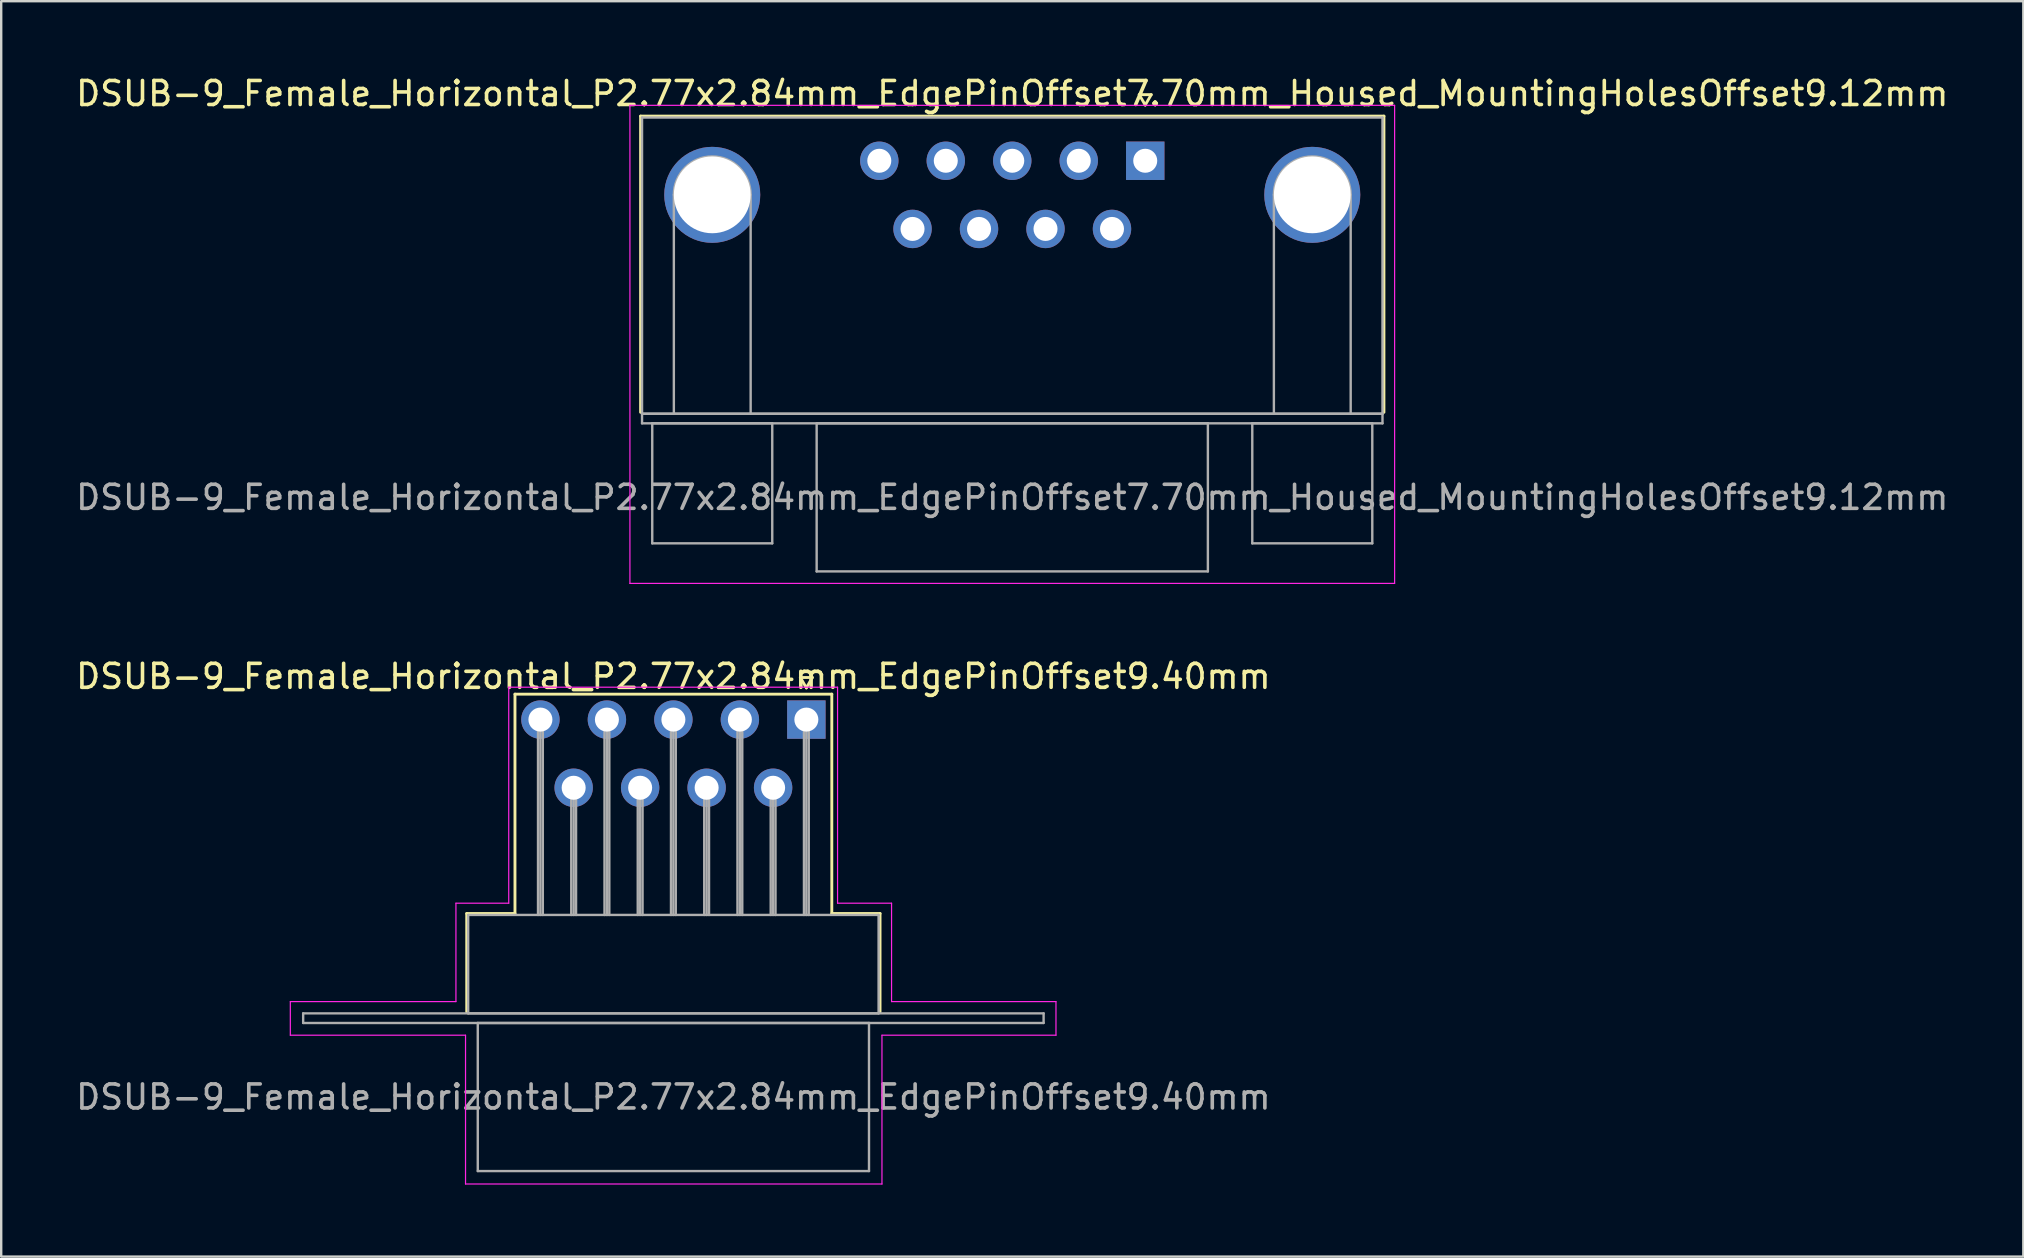
<source format=kicad_pcb>
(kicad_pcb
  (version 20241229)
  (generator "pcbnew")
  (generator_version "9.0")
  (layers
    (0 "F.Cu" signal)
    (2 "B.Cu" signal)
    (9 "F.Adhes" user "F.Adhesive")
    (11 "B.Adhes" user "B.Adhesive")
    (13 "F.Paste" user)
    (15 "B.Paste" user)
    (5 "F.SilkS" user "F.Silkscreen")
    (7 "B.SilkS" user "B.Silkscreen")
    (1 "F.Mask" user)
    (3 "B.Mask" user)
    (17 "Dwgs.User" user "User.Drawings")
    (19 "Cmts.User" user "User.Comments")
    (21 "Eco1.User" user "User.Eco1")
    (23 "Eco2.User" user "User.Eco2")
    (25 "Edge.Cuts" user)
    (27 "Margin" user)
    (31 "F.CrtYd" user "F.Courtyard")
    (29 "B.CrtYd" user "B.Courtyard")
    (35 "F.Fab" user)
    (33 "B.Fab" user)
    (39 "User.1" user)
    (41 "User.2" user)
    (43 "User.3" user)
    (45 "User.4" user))
  (footprint "DSUB-9_Female_Horizontal_P2.77x2.84mm_EdgePinOffset7.70mm_Housed_MountingHolesOffset9.12mm"
    (layer "F.Cu")
    (at 44.665 3.648)
    (property "Reference" "DSUB-9_Female_Horizontal_P2.77x2.84mm_EdgePinOffset7.70mm_Housed_MountingHolesOffset9.12mm" (at -5.54 -2.8 0) (layer "F.SilkS") (effects (font (size 1 1) (thickness 0.15))))
    (attr through_hole)
    (fp_line (start -21.025 -1.86) (end 9.945 -1.86) (stroke (width 0.12) (type solid)) (layer "F.SilkS"))
    (fp_line (start -21.025 10.48) (end -21.025 -1.86) (stroke (width 0.12) (type solid)) (layer "F.SilkS"))
    (fp_line (start -0.25 -2.754) (end 0.25 -2.754) (stroke (width 0.12) (type solid)) (layer "F.SilkS"))
    (fp_line (start 0 -2.321) (end -0.25 -2.754) (stroke (width 0.12) (type solid)) (layer "F.SilkS"))
    (fp_line (start 0.25 -2.754) (end 0 -2.321) (stroke (width 0.12) (type solid)) (layer "F.SilkS"))
    (fp_line (start 9.945 -1.86) (end 9.945 10.48) (stroke (width 0.12) (type solid)) (layer "F.SilkS"))
    (fp_line (start -21.47 -2.31) (end -21.47 17.61) (stroke (width 0.05) (type solid)) (layer "F.CrtYd"))
    (fp_line (start -21.47 17.61) (end 10.39 17.61) (stroke (width 0.05) (type solid)) (layer "F.CrtYd"))
    (fp_line (start 10.39 -2.31) (end -21.47 -2.31) (stroke (width 0.05) (type solid)) (layer "F.CrtYd"))
    (fp_line (start 10.39 17.61) (end 10.39 -2.31) (stroke (width 0.05) (type solid)) (layer "F.CrtYd"))
    (fp_line (start -20.965 -1.8) (end -20.965 10.54) (stroke (width 0.1) (type solid)) (layer "F.Fab"))
    (fp_line (start -20.965 10.54) (end -20.965 10.94) (stroke (width 0.1) (type solid)) (layer "F.Fab"))
    (fp_line (start -20.965 10.54) (end 9.885 10.54) (stroke (width 0.1) (type solid)) (layer "F.Fab"))
    (fp_line (start -20.965 10.94) (end 9.885 10.94) (stroke (width 0.1) (type solid)) (layer "F.Fab"))
    (fp_line (start -20.54 10.94) (end -20.54 15.94) (stroke (width 0.1) (type solid)) (layer "F.Fab"))
    (fp_line (start -20.54 15.94) (end -15.54 15.94) (stroke (width 0.1) (type solid)) (layer "F.Fab"))
    (fp_line (start -19.64 10.54) (end -19.64 1.42) (stroke (width 0.1) (type solid)) (layer "F.Fab"))
    (fp_line (start -16.44 10.54) (end -16.44 1.42) (stroke (width 0.1) (type solid)) (layer "F.Fab"))
    (fp_line (start -15.54 10.94) (end -20.54 10.94) (stroke (width 0.1) (type solid)) (layer "F.Fab"))
    (fp_line (start -15.54 15.94) (end -15.54 10.94) (stroke (width 0.1) (type solid)) (layer "F.Fab"))
    (fp_line (start -13.69 10.94) (end -13.69 17.11) (stroke (width 0.1) (type solid)) (layer "F.Fab"))
    (fp_line (start -13.69 17.11) (end 2.61 17.11) (stroke (width 0.1) (type solid)) (layer "F.Fab"))
    (fp_line (start 2.61 10.94) (end -13.69 10.94) (stroke (width 0.1) (type solid)) (layer "F.Fab"))
    (fp_line (start 2.61 17.11) (end 2.61 10.94) (stroke (width 0.1) (type solid)) (layer "F.Fab"))
    (fp_line (start 4.46 10.94) (end 4.46 15.94) (stroke (width 0.1) (type solid)) (layer "F.Fab"))
    (fp_line (start 4.46 15.94) (end 9.46 15.94) (stroke (width 0.1) (type solid)) (layer "F.Fab"))
    (fp_line (start 5.36 10.54) (end 5.36 1.42) (stroke (width 0.1) (type solid)) (layer "F.Fab"))
    (fp_line (start 8.56 10.54) (end 8.56 1.42) (stroke (width 0.1) (type solid)) (layer "F.Fab"))
    (fp_line (start 9.46 10.94) (end 4.46 10.94) (stroke (width 0.1) (type solid)) (layer "F.Fab"))
    (fp_line (start 9.46 15.94) (end 9.46 10.94) (stroke (width 0.1) (type solid)) (layer "F.Fab"))
    (fp_line (start 9.885 -1.8) (end -20.965 -1.8) (stroke (width 0.1) (type solid)) (layer "F.Fab"))
    (fp_line (start 9.885 10.54) (end -20.965 10.54) (stroke (width 0.1) (type solid)) (layer "F.Fab"))
    (fp_line (start 9.885 10.54) (end 9.885 -1.8) (stroke (width 0.1) (type solid)) (layer "F.Fab"))
    (fp_line (start 9.885 10.94) (end 9.885 10.54) (stroke (width 0.1) (type solid)) (layer "F.Fab"))
    (fp_arc (start -19.64 1.42) (mid -18.04 -0.18) (end -16.44 1.42) (stroke (width 0.1) (type solid)) (layer "F.Fab"))
    (fp_arc (start 5.36 1.42) (mid 6.96 -0.18) (end 8.56 1.42) (stroke (width 0.1) (type solid)) (layer "F.Fab"))
    (fp_text user "${REFERENCE}" (at -5.54 14.025 0) (layer "F.Fab") (effects (font (size 1 1) (thickness 0.15))))
    (pad "0" thru_hole circle (at -18.04 1.42) (size 4 4) (drill 3.2) (layers "*.Cu" "*.Mask"))
    (pad "0" thru_hole circle (at 6.96 1.42) (size 4 4) (drill 3.2) (layers "*.Cu" "*.Mask"))
    (pad "1" thru_hole rect (at 0 0) (size 1.6 1.6) (drill 1) (layers "*.Cu" "*.Mask"))
    (pad "2" thru_hole circle (at -2.77 0) (size 1.6 1.6) (drill 1) (layers "*.Cu" "*.Mask"))
    (pad "3" thru_hole circle (at -5.54 0) (size 1.6 1.6) (drill 1) (layers "*.Cu" "*.Mask"))
    (pad "4" thru_hole circle (at -8.31 0) (size 1.6 1.6) (drill 1) (layers "*.Cu" "*.Mask"))
    (pad "5" thru_hole circle (at -11.08 0) (size 1.6 1.6) (drill 1) (layers "*.Cu" "*.Mask"))
    (pad "6" thru_hole circle (at -1.385 2.84) (size 1.6 1.6) (drill 1) (layers "*.Cu" "*.Mask"))
    (pad "7" thru_hole circle (at -4.155 2.84) (size 1.6 1.6) (drill 1) (layers "*.Cu" "*.Mask"))
    (pad "8" thru_hole circle (at -6.925 2.84) (size 1.6 1.6) (drill 1) (layers "*.Cu" "*.Mask"))
    (pad "9" thru_hole circle (at -9.695 2.84) (size 1.6 1.6) (drill 1) (layers "*.Cu" "*.Mask")))
  (footprint "DSUB-9_Female_Horizontal_P2.77x2.84mm_EdgePinOffset9.40mm"
    (layer "F.Cu")
    (at 30.546 26.931)
    (property "Reference" "DSUB-9_Female_Horizontal_P2.77x2.84mm_EdgePinOffset9.40mm" (at -5.54 -1.8 0) (layer "F.SilkS") (effects (font (size 1 1) (thickness 0.15))))
    (attr through_hole)
    (fp_line (start -14.15 8.08) (end -12.14 8.08) (stroke (width 0.12) (type solid)) (layer "F.SilkS"))
    (fp_line (start -14.15 12.18) (end -14.15 8.08) (stroke (width 0.12) (type solid)) (layer "F.SilkS"))
    (fp_line (start -12.14 -1.06) (end 1.06 -1.06) (stroke (width 0.12) (type solid)) (layer "F.SilkS"))
    (fp_line (start -12.14 8.08) (end -12.14 -1.06) (stroke (width 0.12) (type solid)) (layer "F.SilkS"))
    (fp_line (start -0.25 -1.754) (end 0.25 -1.754) (stroke (width 0.12) (type solid)) (layer "F.SilkS"))
    (fp_line (start 0 -1.321) (end -0.25 -1.754) (stroke (width 0.12) (type solid)) (layer "F.SilkS"))
    (fp_line (start 0.25 -1.754) (end 0 -1.321) (stroke (width 0.12) (type solid)) (layer "F.SilkS"))
    (fp_line (start 1.06 -1.06) (end 1.06 8.08) (stroke (width 0.12) (type solid)) (layer "F.SilkS"))
    (fp_line (start 1.06 8.08) (end 3.07 8.08) (stroke (width 0.12) (type solid)) (layer "F.SilkS"))
    (fp_line (start 3.07 8.08) (end 3.07 12.18) (stroke (width 0.12) (type solid)) (layer "F.SilkS"))
    (fp_line (start -21.5 11.75) (end -14.6 11.75) (stroke (width 0.05) (type solid)) (layer "F.CrtYd"))
    (fp_line (start -21.5 13.15) (end -21.5 11.75) (stroke (width 0.05) (type solid)) (layer "F.CrtYd"))
    (fp_line (start -14.6 7.65) (end -12.4 7.65) (stroke (width 0.05) (type solid)) (layer "F.CrtYd"))
    (fp_line (start -14.6 11.75) (end -14.6 7.65) (stroke (width 0.05) (type solid)) (layer "F.CrtYd"))
    (fp_line (start -14.2 13.15) (end -21.5 13.15) (stroke (width 0.05) (type solid)) (layer "F.CrtYd"))
    (fp_line (start -14.2 19.35) (end -14.2 13.15) (stroke (width 0.05) (type solid)) (layer "F.CrtYd"))
    (fp_line (start -12.4 -1.35) (end 1.3 -1.35) (stroke (width 0.05) (type solid)) (layer "F.CrtYd"))
    (fp_line (start -12.4 7.65) (end -12.4 -1.35) (stroke (width 0.05) (type solid)) (layer "F.CrtYd"))
    (fp_line (start 1.3 -1.35) (end 1.3 7.65) (stroke (width 0.05) (type solid)) (layer "F.CrtYd"))
    (fp_line (start 1.3 7.65) (end 3.55 7.65) (stroke (width 0.05) (type solid)) (layer "F.CrtYd"))
    (fp_line (start 3.15 13.15) (end 3.15 19.35) (stroke (width 0.05) (type solid)) (layer "F.CrtYd"))
    (fp_line (start 3.15 19.35) (end -14.2 19.35) (stroke (width 0.05) (type solid)) (layer "F.CrtYd"))
    (fp_line (start 3.55 7.65) (end 3.55 11.75) (stroke (width 0.05) (type solid)) (layer "F.CrtYd"))
    (fp_line (start 3.55 11.75) (end 10.4 11.75) (stroke (width 0.05) (type solid)) (layer "F.CrtYd"))
    (fp_line (start 10.4 11.75) (end 10.4 13.15) (stroke (width 0.05) (type solid)) (layer "F.CrtYd"))
    (fp_line (start 10.4 13.15) (end 3.15 13.15) (stroke (width 0.05) (type solid)) (layer "F.CrtYd"))
    (fp_line (start -20.965 12.24) (end -20.965 12.64) (stroke (width 0.1) (type solid)) (layer "F.Fab"))
    (fp_line (start -20.965 12.64) (end 9.885 12.64) (stroke (width 0.1) (type solid)) (layer "F.Fab"))
    (fp_line (start -14.09 8.14) (end -14.09 12.24) (stroke (width 0.1) (type solid)) (layer "F.Fab"))
    (fp_line (start -14.09 12.24) (end 3.01 12.24) (stroke (width 0.1) (type solid)) (layer "F.Fab"))
    (fp_line (start -13.69 12.64) (end -13.69 18.81) (stroke (width 0.1) (type solid)) (layer "F.Fab"))
    (fp_line (start -13.69 18.81) (end 2.61 18.81) (stroke (width 0.1) (type solid)) (layer "F.Fab"))
    (fp_line (start -11.18 0) (end -11.18 8.14) (stroke (width 0.1) (type solid)) (layer "F.Fab"))
    (fp_line (start -11.08 0) (end -11.08 8.14) (stroke (width 0.1) (type solid)) (layer "F.Fab"))
    (fp_line (start -10.98 0) (end -10.98 8.14) (stroke (width 0.1) (type solid)) (layer "F.Fab"))
    (fp_line (start -9.795 2.84) (end -9.795 8.14) (stroke (width 0.1) (type solid)) (layer "F.Fab"))
    (fp_line (start -9.695 2.84) (end -9.695 8.14) (stroke (width 0.1) (type solid)) (layer "F.Fab"))
    (fp_line (start -9.595 2.84) (end -9.595 8.14) (stroke (width 0.1) (type solid)) (layer "F.Fab"))
    (fp_line (start -8.41 0) (end -8.41 8.14) (stroke (width 0.1) (type solid)) (layer "F.Fab"))
    (fp_line (start -8.31 0) (end -8.31 8.14) (stroke (width 0.1) (type solid)) (layer "F.Fab"))
    (fp_line (start -8.21 0) (end -8.21 8.14) (stroke (width 0.1) (type solid)) (layer "F.Fab"))
    (fp_line (start -7.025 2.84) (end -7.025 8.14) (stroke (width 0.1) (type solid)) (layer "F.Fab"))
    (fp_line (start -6.925 2.84) (end -6.925 8.14) (stroke (width 0.1) (type solid)) (layer "F.Fab"))
    (fp_line (start -6.825 2.84) (end -6.825 8.14) (stroke (width 0.1) (type solid)) (layer "F.Fab"))
    (fp_line (start -5.64 0) (end -5.64 8.14) (stroke (width 0.1) (type solid)) (layer "F.Fab"))
    (fp_line (start -5.54 0) (end -5.54 8.14) (stroke (width 0.1) (type solid)) (layer "F.Fab"))
    (fp_line (start -5.44 0) (end -5.44 8.14) (stroke (width 0.1) (type solid)) (layer "F.Fab"))
    (fp_line (start -4.255 2.84) (end -4.255 8.14) (stroke (width 0.1) (type solid)) (layer "F.Fab"))
    (fp_line (start -4.155 2.84) (end -4.155 8.14) (stroke (width 0.1) (type solid)) (layer "F.Fab"))
    (fp_line (start -4.055 2.84) (end -4.055 8.14) (stroke (width 0.1) (type solid)) (layer "F.Fab"))
    (fp_line (start -2.87 0) (end -2.87 8.14) (stroke (width 0.1) (type solid)) (layer "F.Fab"))
    (fp_line (start -2.77 0) (end -2.77 8.14) (stroke (width 0.1) (type solid)) (layer "F.Fab"))
    (fp_line (start -2.67 0) (end -2.67 8.14) (stroke (width 0.1) (type solid)) (layer "F.Fab"))
    (fp_line (start -1.485 2.84) (end -1.485 8.14) (stroke (width 0.1) (type solid)) (layer "F.Fab"))
    (fp_line (start -1.385 2.84) (end -1.385 8.14) (stroke (width 0.1) (type solid)) (layer "F.Fab"))
    (fp_line (start -1.285 2.84) (end -1.285 8.14) (stroke (width 0.1) (type solid)) (layer "F.Fab"))
    (fp_line (start -0.1 0) (end -0.1 8.14) (stroke (width 0.1) (type solid)) (layer "F.Fab"))
    (fp_line (start 0 0) (end 0 8.14) (stroke (width 0.1) (type solid)) (layer "F.Fab"))
    (fp_line (start 0.1 0) (end 0.1 8.14) (stroke (width 0.1) (type solid)) (layer "F.Fab"))
    (fp_line (start 2.61 12.64) (end -13.69 12.64) (stroke (width 0.1) (type solid)) (layer "F.Fab"))
    (fp_line (start 2.61 18.81) (end 2.61 12.64) (stroke (width 0.1) (type solid)) (layer "F.Fab"))
    (fp_line (start 3.01 8.14) (end -14.09 8.14) (stroke (width 0.1) (type solid)) (layer "F.Fab"))
    (fp_line (start 3.01 12.24) (end 3.01 8.14) (stroke (width 0.1) (type solid)) (layer "F.Fab"))
    (fp_line (start 9.885 12.24) (end -20.965 12.24) (stroke (width 0.1) (type solid)) (layer "F.Fab"))
    (fp_line (start 9.885 12.64) (end 9.885 12.24) (stroke (width 0.1) (type solid)) (layer "F.Fab"))
    (fp_text user "${REFERENCE}" (at -5.54 15.725 0) (layer "F.Fab") (effects (font (size 1 1) (thickness 0.15))))
    (pad "1" thru_hole rect (at 0 0) (size 1.6 1.6) (drill 1) (layers "*.Cu" "*.Mask"))
    (pad "2" thru_hole circle (at -2.77 0) (size 1.6 1.6) (drill 1) (layers "*.Cu" "*.Mask"))
    (pad "3" thru_hole circle (at -5.54 0) (size 1.6 1.6) (drill 1) (layers "*.Cu" "*.Mask"))
    (pad "4" thru_hole circle (at -8.31 0) (size 1.6 1.6) (drill 1) (layers "*.Cu" "*.Mask"))
    (pad "5" thru_hole circle (at -11.08 0) (size 1.6 1.6) (drill 1) (layers "*.Cu" "*.Mask"))
    (pad "6" thru_hole circle (at -1.385 2.84) (size 1.6 1.6) (drill 1) (layers "*.Cu" "*.Mask"))
    (pad "7" thru_hole circle (at -4.155 2.84) (size 1.6 1.6) (drill 1) (layers "*.Cu" "*.Mask"))
    (pad "8" thru_hole circle (at -6.925 2.84) (size 1.6 1.6) (drill 1) (layers "*.Cu" "*.Mask"))
    (pad "9" thru_hole circle (at -9.695 2.84) (size 1.6 1.6) (drill 1) (layers "*.Cu" "*.Mask")))
  (gr_rect
    (start -3 -3)
    (end 81.25 49.306)
    (stroke (width 0.1) (type default))
    (fill no)
    (layer "Edge.Cuts")))
</source>
